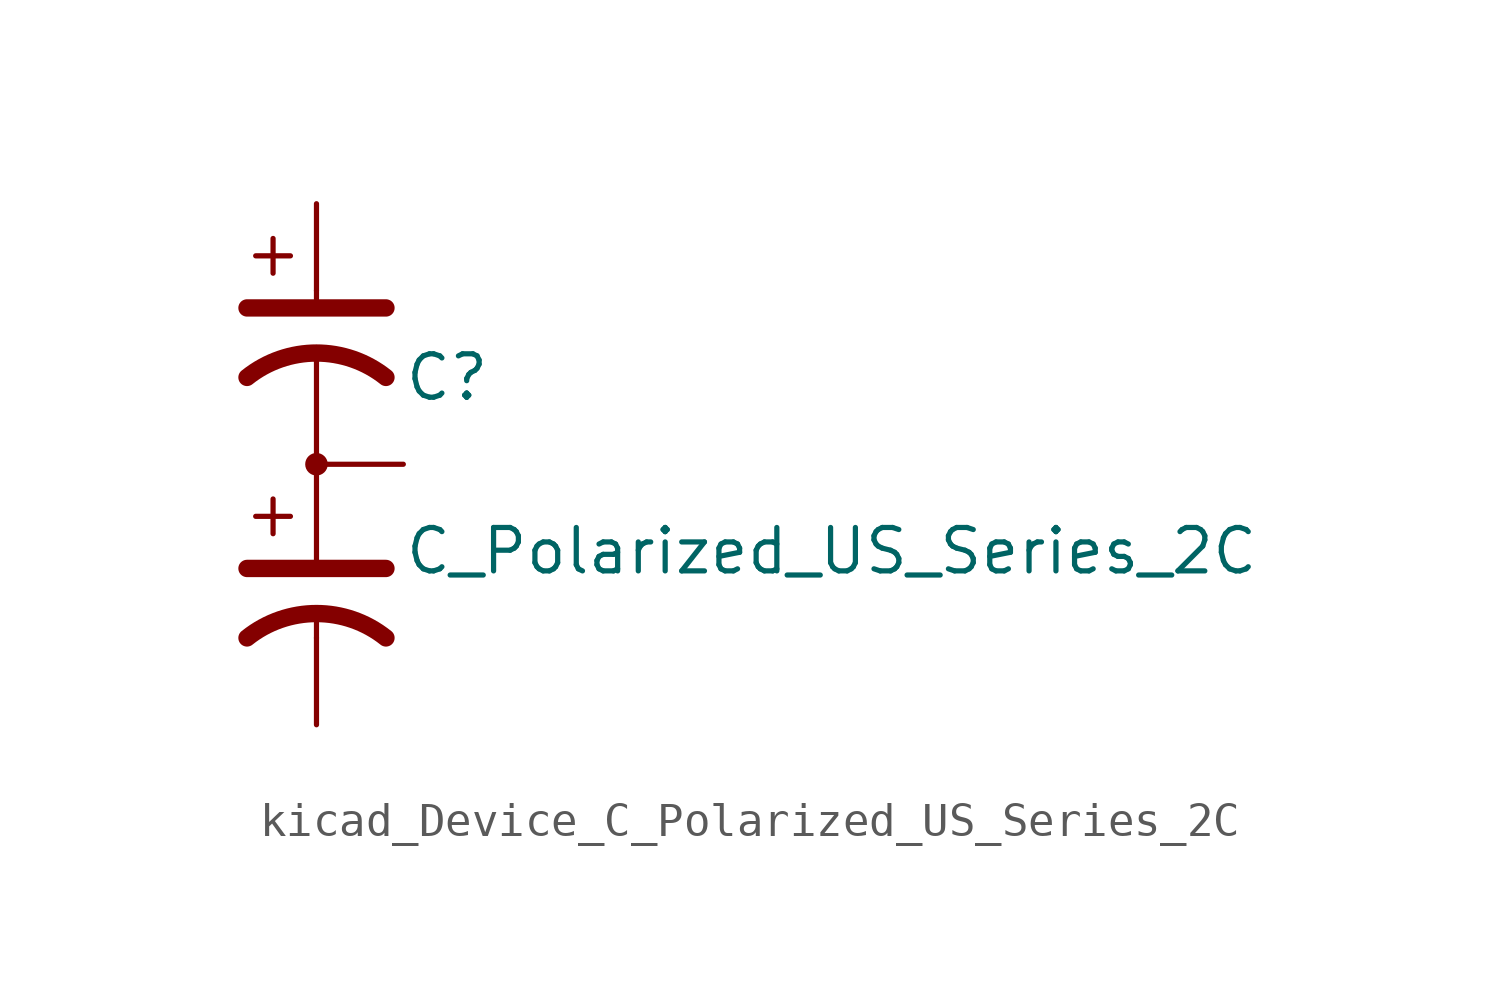
<source format=kicad_sym>
(kicad_symbol_lib
  (version 20220914)
  (generator kicad_symbol_editor)
  (symbol "kicad_Device_C_Polarized_US_Series_2C"
    (pin_numbers hide)
    (pin_names hide)
    (property "Reference" "C"
      (at 2.54 2.54 0)
      (effects (font (size 1.27 1.27)) (justify left)))
    (property "Value" "C_Polarized_US_Series_2C"
      (at 2.54 -2.54 0)
      (effects (font (size 1.27 1.27)) (justify left)))
    (symbol "kicad_Device_C_Polarized_US_Series_2C_0_1"
      (polyline (pts (xy -2.032 -3.048) (xy 2.032 -3.048)) (stroke (width 0.508) (type default)) (fill (type none)))
      (polyline (pts (xy -2.032 4.572) (xy 2.032 4.572)) (stroke (width 0.508) (type default)) (fill (type none)))
      (polyline (pts (xy -1.778 -1.524) (xy -0.762 -1.524)) (stroke (width 0) (type default)) (fill (type none)))
      (polyline (pts (xy -1.778 6.096) (xy -0.762 6.096)) (stroke (width 0) (type default)) (fill (type none)))
      (polyline (pts (xy -1.27 -2.032) (xy -1.27 -1.016)) (stroke (width 0) (type default)) (fill (type none)))
      (polyline (pts (xy -1.27 5.588) (xy -1.27 6.604)) (stroke (width 0) (type default)) (fill (type none)))
      (polyline (pts (xy 0 -5.08) (xy 0 -4.572)) (stroke (width 0.152) (type default)) (fill (type none)))
      (polyline (pts (xy 0 -2.794) (xy 0 3.048)) (stroke (width 0.152) (type default)) (fill (type none)))
      (polyline (pts (xy 0 5.08) (xy 0 4.826)) (stroke (width 0.152) (type default)) (fill (type none)))
      (circle (center 0 0) (radius 0.254) (stroke (width 0) (type default)) (fill (type outline)))
      (arc (start 2.032 -5.08) (mid 0 -4.3672) (end -2.032 -5.08) (stroke (width 0.508) (type default)) (fill (type none)))
      (arc (start 2.032 2.54) (mid 0 3.2528) (end -2.032 2.54) (stroke (width 0.508) (type default)) (fill (type none))))
    (symbol "kicad_Device_C_Polarized_US_Series_2C_1_1"
      (pin passive line (at 0 7.62 270) (length 2.54) (name "~" (effects (font (size 1.27 1.27)))) (number "1" (effects (font (size 1.27 1.27)))))
      (pin passive line (at 2.54 0 180) (length 2.54) (name "~" (effects (font (size 1.27 1.27)))) (number "2" (effects (font (size 1.27 1.27)))))
      (pin passive line (at 0 -7.62 90) (length 2.54) (name "~" (effects (font (size 1.27 1.27)))) (number "3" (effects (font (size 1.27 1.27))))))))
</source>
